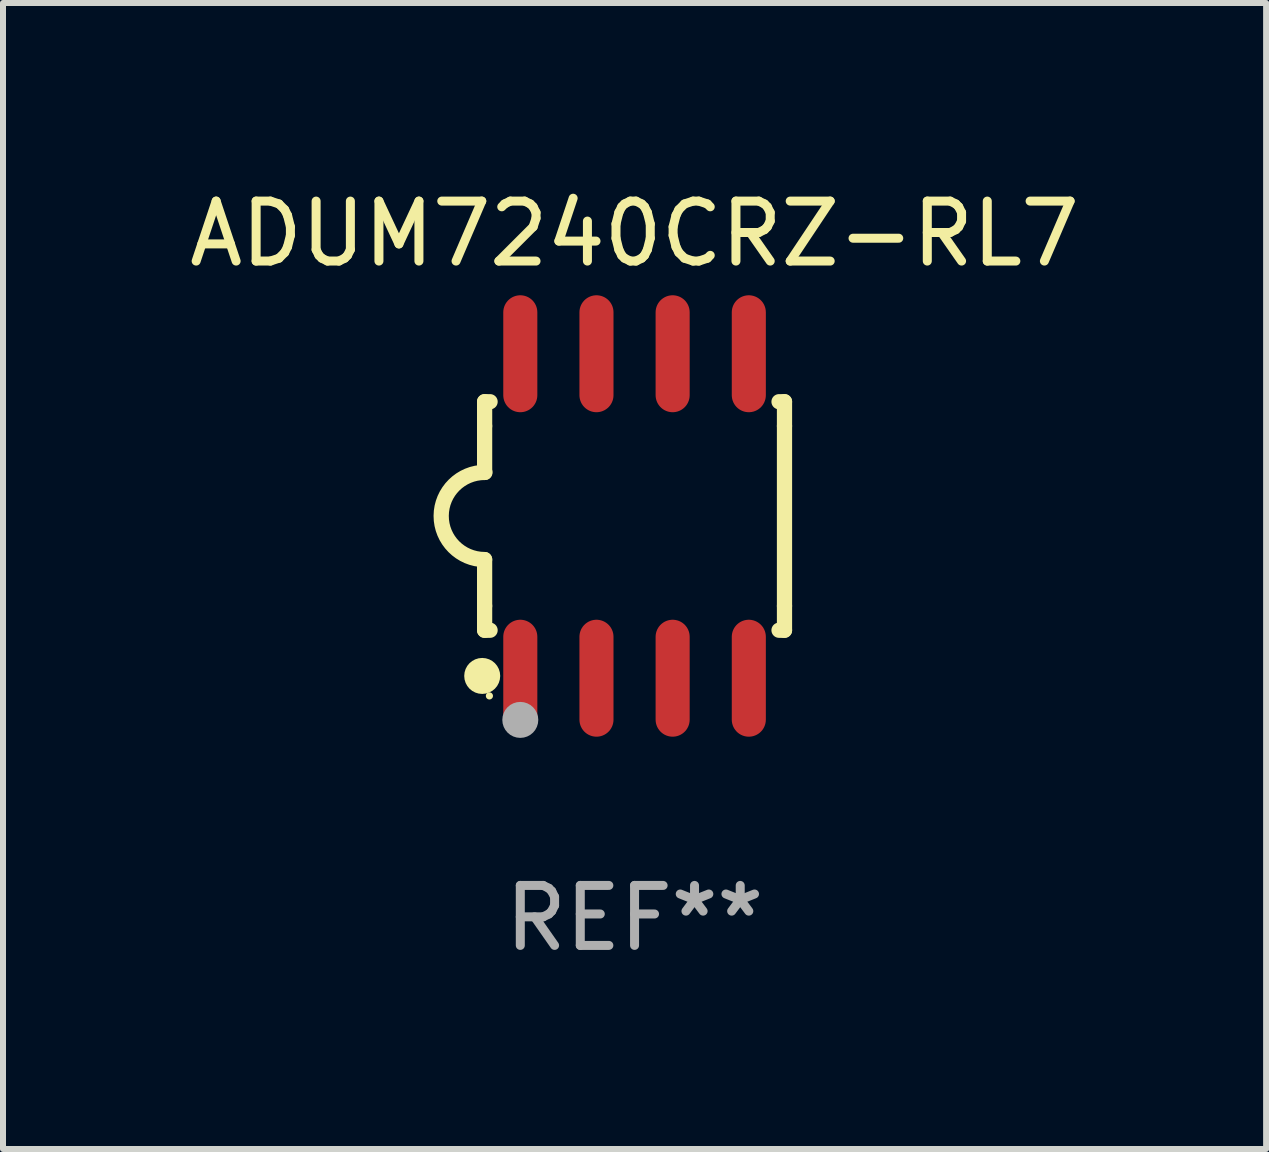
<source format=kicad_pcb>
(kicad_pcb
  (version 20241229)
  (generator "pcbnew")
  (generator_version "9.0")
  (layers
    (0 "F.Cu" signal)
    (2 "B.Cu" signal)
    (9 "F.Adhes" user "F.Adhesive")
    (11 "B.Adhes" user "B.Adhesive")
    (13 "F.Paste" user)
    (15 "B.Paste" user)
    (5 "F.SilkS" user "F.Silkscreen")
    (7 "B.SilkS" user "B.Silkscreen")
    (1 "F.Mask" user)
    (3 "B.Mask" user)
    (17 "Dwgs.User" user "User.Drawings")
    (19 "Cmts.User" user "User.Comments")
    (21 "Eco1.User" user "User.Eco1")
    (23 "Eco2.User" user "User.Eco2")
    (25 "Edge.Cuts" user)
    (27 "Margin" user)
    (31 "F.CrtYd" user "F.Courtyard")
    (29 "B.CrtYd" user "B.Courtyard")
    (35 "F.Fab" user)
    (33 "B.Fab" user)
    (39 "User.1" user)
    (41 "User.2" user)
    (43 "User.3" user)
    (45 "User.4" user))
  (footprint "ADUM7240CRZ-RL7"
    (layer "F.Cu")
    (at 7.53 5.553)
    (property "Reference" "ADUM7240CRZ-RL7" (at 0 -4.705 0) (layer "F.SilkS") (effects (font (size 1 1) (thickness 0.15))))
    (attr through_hole)
    (fp_line (start -2.5 -1.905) (end -2.409 -1.905) (stroke (width 0.254) (type solid)) (layer "F.SilkS"))
    (fp_line (start -2.5 -1.5) (end -2.5 -1.905) (stroke (width 0.254) (type solid)) (layer "F.SilkS"))
    (fp_line (start -2.5 -1.5) (end -2.5 -0.726) (stroke (width 0.254) (type solid)) (layer "F.SilkS"))
    (fp_line (start -2.5 1.5) (end -2.5 0.727) (stroke (width 0.254) (type solid)) (layer "F.SilkS"))
    (fp_line (start -2.5 1.5) (end -2.5 1.905) (stroke (width 0.254) (type solid)) (layer "F.SilkS"))
    (fp_line (start -2.5 1.905) (end -2.409 1.905) (stroke (width 0.254) (type solid)) (layer "F.SilkS"))
    (fp_line (start 2.5 -1.905) (end 2.409 -1.905) (stroke (width 0.254) (type solid)) (layer "F.SilkS"))
    (fp_line (start 2.5 -1.5) (end 2.5 -1.905) (stroke (width 0.254) (type solid)) (layer "F.SilkS"))
    (fp_line (start 2.5 -1.5) (end 2.5 1.5) (stroke (width 0.254) (type solid)) (layer "F.SilkS"))
    (fp_line (start 2.5 1.5) (end 2.5 1.905) (stroke (width 0.254) (type solid)) (layer "F.SilkS"))
    (fp_line (start 2.5 1.905) (end 2.409 1.905) (stroke (width 0.254) (type solid)) (layer "F.SilkS"))
    (fp_arc (start -2.5 0.726568) (mid -3.220316 -0.0023) (end -2.495097 -0.726289) (stroke (width 0.254001) (type solid)) (layer "F.SilkS"))
    (fp_circle (center -2.54 2.667) (end -2.39 2.667) (stroke (width 0.3) (type solid)) (fill no) (layer "F.SilkS"))
    (fp_circle (center -2.42 3) (end -2.39 3) (stroke (width 0.06) (type solid)) (fill no) (layer "F.SilkS"))
    (fp_circle (center -1.905 3.4) (end -1.755 3.4) (stroke (width 0.3) (type solid)) (fill no) (layer "F.Fab"))
    (fp_text user "REF**" (at 0 6.705 0) (layer "F.Fab") (effects (font (size 1 1) (thickness 0.15))))
    (pad "1" smd oval (at -1.905 2.705) (size 0.568 1.95) (layers "F.Cu" "F.Mask" "F.Paste"))
    (pad "2" smd oval (at -0.635 2.705) (size 0.568 1.95) (layers "F.Cu" "F.Mask" "F.Paste"))
    (pad "3" smd oval (at 0.635 2.705) (size 0.568 1.95) (layers "F.Cu" "F.Mask" "F.Paste"))
    (pad "4" smd oval (at 1.905 2.705) (size 0.568 1.95) (layers "F.Cu" "F.Mask" "F.Paste"))
    (pad "5" smd oval (at 1.905 -2.705) (size 0.568 1.95) (layers "F.Cu" "F.Mask" "F.Paste"))
    (pad "6" smd oval (at 0.635 -2.705) (size 0.568 1.95) (layers "F.Cu" "F.Mask" "F.Paste"))
    (pad "7" smd oval (at -0.635 -2.705) (size 0.568 1.95) (layers "F.Cu" "F.Mask" "F.Paste"))
    (pad "8" smd oval (at -1.905 -2.705) (size 0.568 1.95) (layers "F.Cu" "F.Mask" "F.Paste")))
  (gr_rect
    (start -3 -3)
    (end 18.06 16.107)
    (stroke (width 0.1) (type default))
    (fill no)
    (layer "Edge.Cuts")))
</source>
